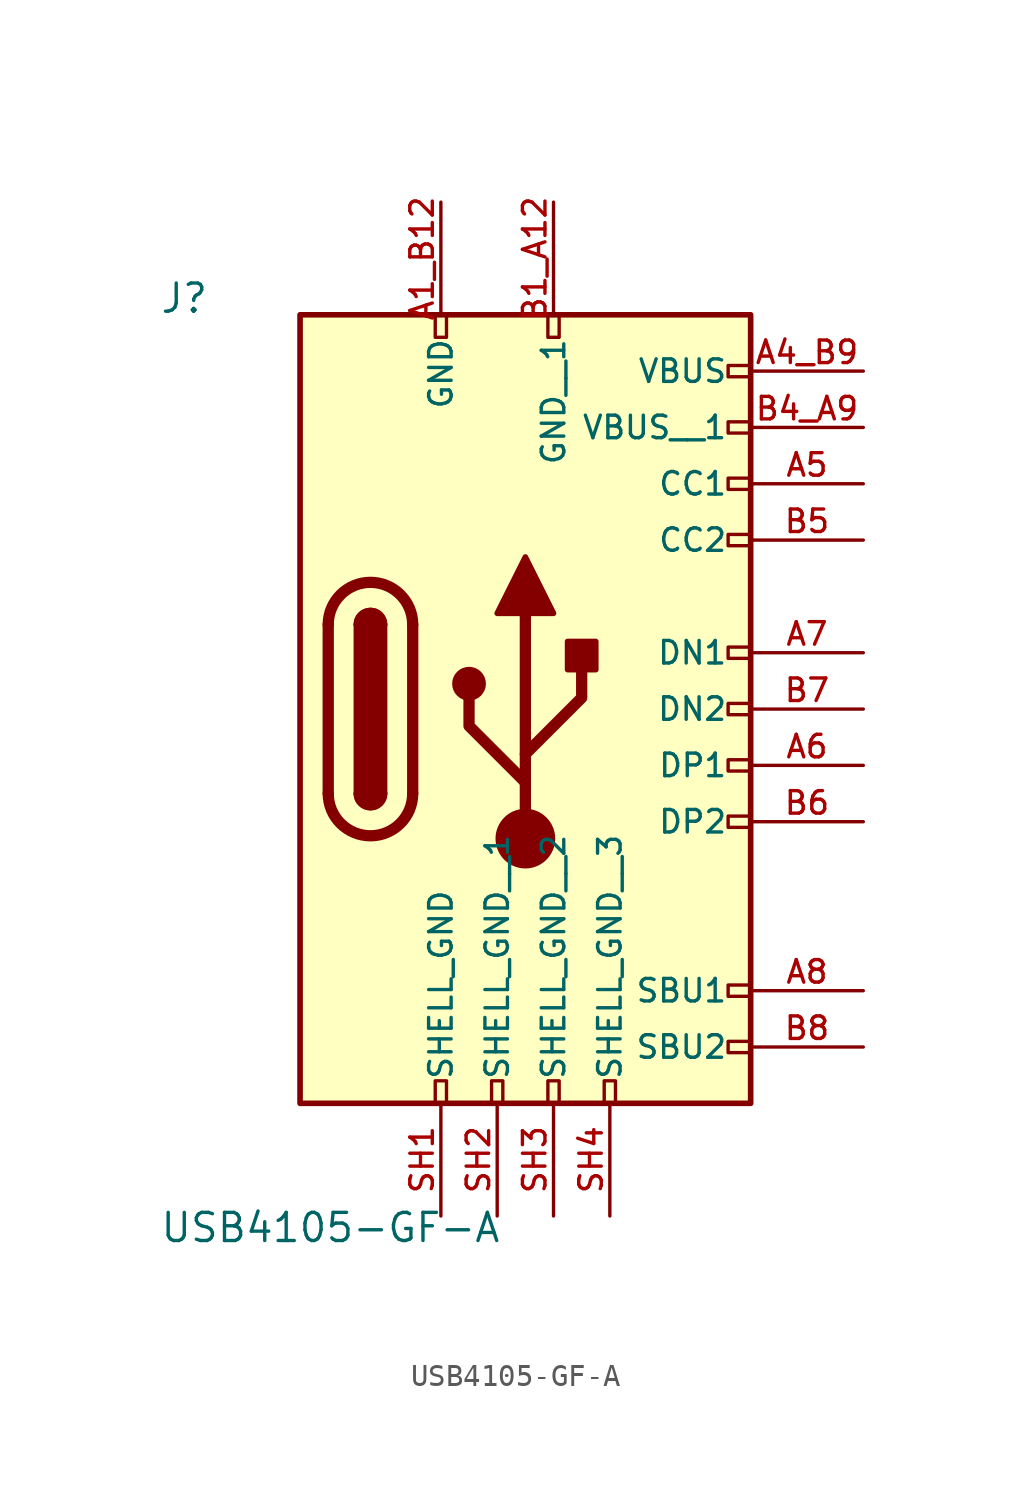
<source format=kicad_sym>
(kicad_symbol_lib
  (version 20220914)
  (generator kicad_symbol_editor)
  (symbol "USB4105-GF-A"
    (pin_names
      (offset 1.016))
    (property "Reference" "J"
      (at -15.24 13.97 0)
      (effects (font (size 1.27 1.27)) (justify left bottom)))
    (property "Value" "USB4105-GF-A"
      (at -15.24 -27.94 0)
      (effects (font (size 1.27 1.27)) (justify left bottom)))
    (symbol "USB4105-GF-A_0_0"
      (rectangle (start -2.794 -21.59) (end -2.286 -20.574) (stroke (width 0) (type default)) (fill (type none)))
      (rectangle (start -2.794 12.954) (end -2.286 13.97) (stroke (width 0) (type default)) (fill (type none)))
      (rectangle (start -0.254 -20.574) (end 0.254 -21.59) (stroke (width 0) (type default)) (fill (type none)))
      (rectangle (start 2.286 -21.59) (end 2.794 -20.574) (stroke (width 0) (type default)) (fill (type none)))
      (rectangle (start 2.286 12.954) (end 2.794 13.97) (stroke (width 0) (type default)) (fill (type none)))
      (rectangle (start 4.826 -21.59) (end 5.334 -20.574) (stroke (width 0) (type default)) (fill (type none)))
      (rectangle (start 10.414 6.604) (end 11.43 6.096) (stroke (width 0) (type default)) (fill (type none)))
      (rectangle (start 10.414 9.144) (end 11.43 8.636) (stroke (width 0) (type default)) (fill (type none)))
      (rectangle (start 11.43 -18.796) (end 10.414 -19.304) (stroke (width 0) (type default)) (fill (type none)))
      (rectangle (start 11.43 -16.256) (end 10.414 -16.764) (stroke (width 0) (type default)) (fill (type none)))
      (rectangle (start 11.43 -8.636) (end 10.414 -9.144) (stroke (width 0) (type default)) (fill (type none)))
      (rectangle (start 11.43 -6.096) (end 10.414 -6.604) (stroke (width 0) (type default)) (fill (type none)))
      (rectangle (start 11.43 -3.556) (end 10.414 -4.064) (stroke (width 0) (type default)) (fill (type none)))
      (rectangle (start 11.43 -1.016) (end 10.414 -1.524) (stroke (width 0) (type default)) (fill (type none)))
      (rectangle (start 11.43 4.064) (end 10.414 3.556) (stroke (width 0) (type default)) (fill (type none)))
      (rectangle (start 11.43 11.684) (end 10.414 11.176) (stroke (width 0) (type default)) (fill (type none)))
      (pin power_in line (at -2.54 19.05 270) (length 5.08) (name "GND" (effects (font (size 1.016 1.016)))) (number "A1_B12" (effects (font (size 1.016 1.016)))))
      (pin power_in line (at 16.51 11.43 180) (length 5.08) (name "VBUS" (effects (font (size 1.016 1.016)))) (number "A4_B9" (effects (font (size 1.016 1.016)))))
      (pin bidirectional line (at 16.51 6.35 180) (length 5.08) (name "CC1" (effects (font (size 1.016 1.016)))) (number "A5" (effects (font (size 1.016 1.016)))))
      (pin bidirectional line (at 16.51 -6.35 180) (length 5.08) (name "DP1" (effects (font (size 1.016 1.016)))) (number "A6" (effects (font (size 1.016 1.016)))))
      (pin bidirectional line (at 16.51 -1.27 180) (length 5.08) (name "DN1" (effects (font (size 1.016 1.016)))) (number "A7" (effects (font (size 1.016 1.016)))))
      (pin bidirectional line (at 16.51 -16.51 180) (length 5.08) (name "SBU1" (effects (font (size 1.016 1.016)))) (number "A8" (effects (font (size 1.016 1.016)))))
      (pin power_in line (at 2.54 19.05 270) (length 5.08) (name "GND__1" (effects (font (size 1.016 1.016)))) (number "B1_A12" (effects (font (size 1.016 1.016)))))
      (pin power_in line (at 16.51 8.89 180) (length 5.08) (name "VBUS__1" (effects (font (size 1.016 1.016)))) (number "B4_A9" (effects (font (size 1.016 1.016)))))
      (pin bidirectional line (at 16.51 3.81 180) (length 5.08) (name "CC2" (effects (font (size 1.016 1.016)))) (number "B5" (effects (font (size 1.016 1.016)))))
      (pin bidirectional line (at 16.51 -8.89 180) (length 5.08) (name "DP2" (effects (font (size 1.016 1.016)))) (number "B6" (effects (font (size 1.016 1.016)))))
      (pin bidirectional line (at 16.51 -3.81 180) (length 5.08) (name "DN2" (effects (font (size 1.016 1.016)))) (number "B7" (effects (font (size 1.016 1.016)))))
      (pin bidirectional line (at 16.51 -19.05 180) (length 5.08) (name "SBU2" (effects (font (size 1.016 1.016)))) (number "B8" (effects (font (size 1.016 1.016)))))
      (pin power_in line (at -2.54 -26.67 90) (length 5.08) (name "SHELL_GND" (effects (font (size 1.016 1.016)))) (number "SH1" (effects (font (size 1.016 1.016)))))
      (pin power_in line (at 0 -26.67 90) (length 5.08) (name "SHELL_GND__1" (effects (font (size 1.016 1.016)))) (number "SH2" (effects (font (size 1.016 1.016)))))
      (pin power_in line (at 2.54 -26.67 90) (length 5.08) (name "SHELL_GND__2" (effects (font (size 1.016 1.016)))) (number "SH3" (effects (font (size 1.016 1.016)))))
      (pin power_in line (at 5.08 -26.67 90) (length 5.08) (name "SHELL_GND__3" (effects (font (size 1.016 1.016)))) (number "SH4" (effects (font (size 1.016 1.016))))))
    (symbol "USB4105-GF-A_0_1"
      (rectangle (start -8.89 13.97) (end 11.43 -21.59) (stroke (width 0.254) (type default)) (fill (type background)))
      (arc (start -7.62 -7.62) (mid -5.715 -9.5167) (end -3.81 -7.62) (stroke (width 0.508) (type default)) (fill (type none)))
      (arc (start -6.35 -7.62) (mid -5.715 -8.2523) (end -5.08 -7.62) (stroke (width 0.254) (type default)) (fill (type none)))
      (arc (start -6.35 -7.62) (mid -5.715 -8.2523) (end -5.08 -7.62) (stroke (width 0.254) (type default)) (fill (type outline)))
      (rectangle (start -6.35 -7.62) (end -5.08 0) (stroke (width 0.254) (type default)) (fill (type outline)))
      (arc (start -5.08 0) (mid -5.715 0.6323) (end -6.35 0) (stroke (width 0.254) (type default)) (fill (type none)))
      (arc (start -5.08 0) (mid -5.715 0.6323) (end -6.35 0) (stroke (width 0.254) (type default)) (fill (type outline)))
      (arc (start -3.81 0) (mid -5.715 1.8967) (end -7.62 0) (stroke (width 0.508) (type default)) (fill (type none)))
      (circle (center -1.27 -2.667) (radius 0.635) (stroke (width 0.254) (type default)) (fill (type outline)))
      (polyline (pts (xy -7.62 -7.62) (xy -7.62 0)) (stroke (width 0.508) (type default)) (fill (type none)))
      (polyline (pts (xy -3.81 0) (xy -3.81 -7.62)) (stroke (width 0.508) (type default)) (fill (type none)))
      (polyline (pts (xy 1.27 -9.652) (xy 1.27 0.508)) (stroke (width 0.508) (type default)) (fill (type none)))
      (polyline (pts (xy 1.27 -7.112) (xy -1.27 -4.572) (xy -1.27 -3.302)) (stroke (width 0.508) (type default)) (fill (type none)))
      (polyline (pts (xy 1.27 -5.842) (xy 3.81 -3.302) (xy 3.81 -2.032)) (stroke (width 0.508) (type default)) (fill (type none)))
      (polyline (pts (xy 0 0.508) (xy 1.27 3.048) (xy 2.54 0.508) (xy 0 0.508)) (stroke (width 0.254) (type default)) (fill (type outline)))
      (circle (center 1.27 -9.652) (radius 1.27) (stroke (width 0) (type default)) (fill (type outline)))
      (rectangle (start 3.175 -2.032) (end 4.445 -0.762) (stroke (width 0.254) (type default)) (fill (type outline))))))
</source>
